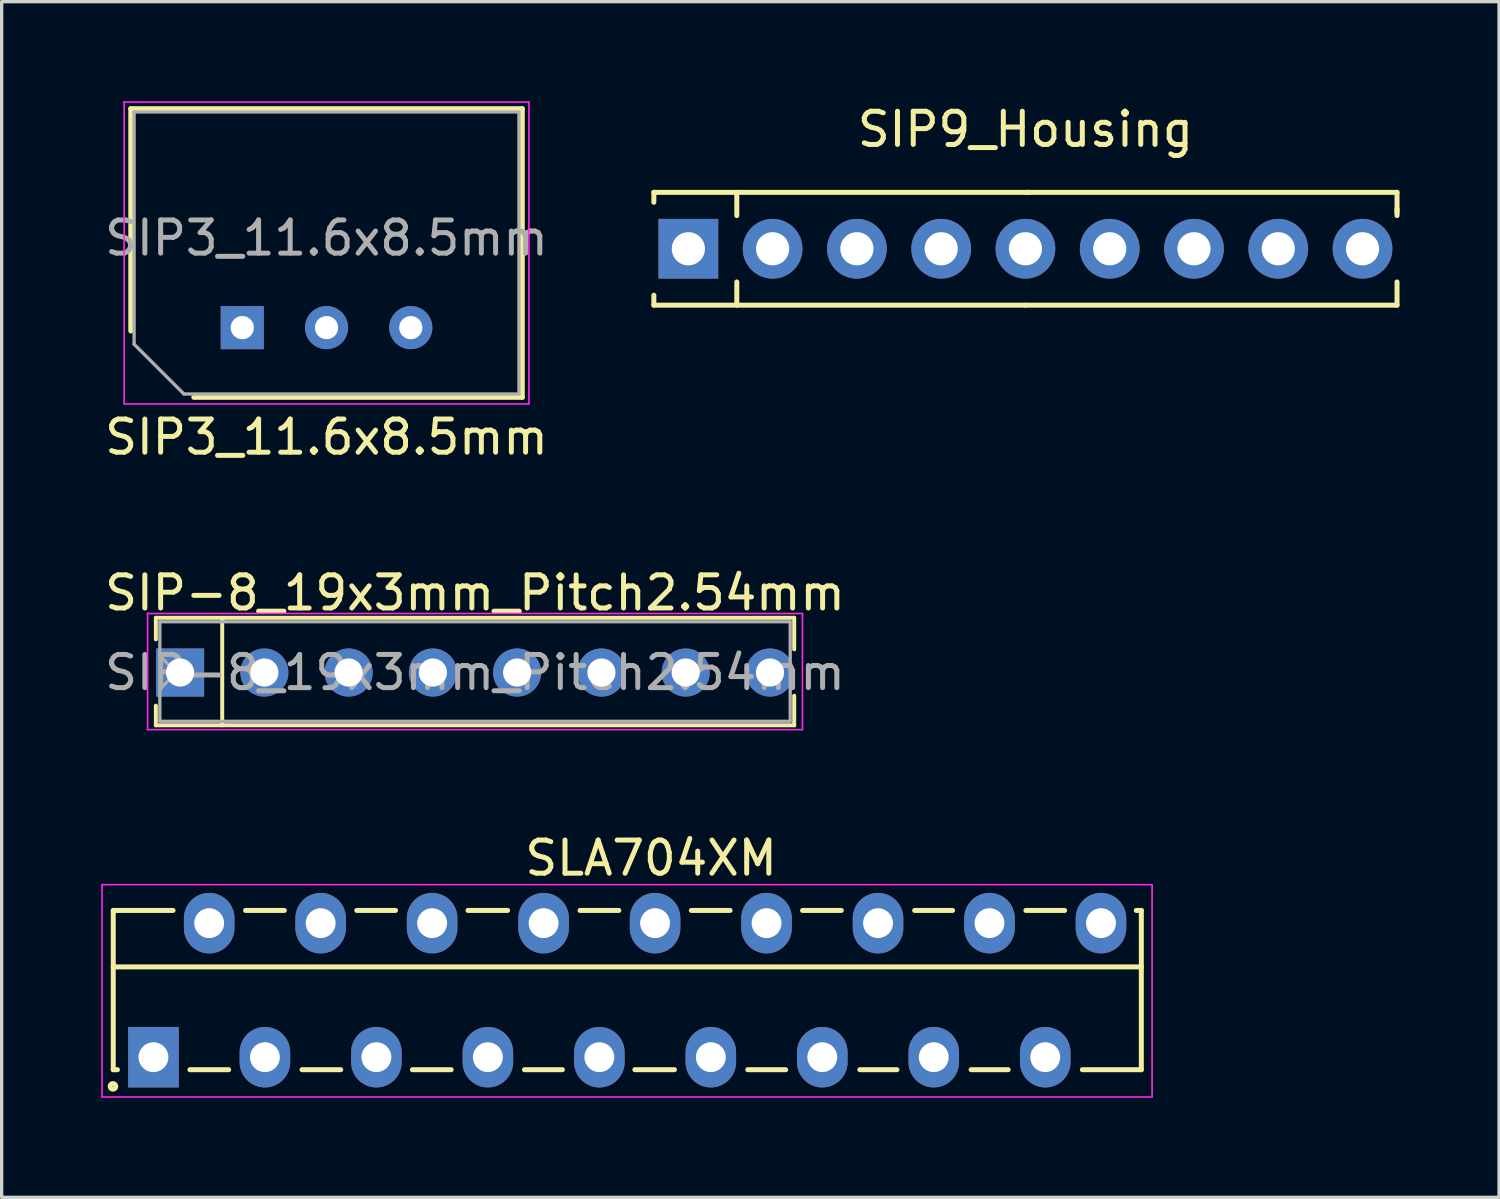
<source format=kicad_pcb>
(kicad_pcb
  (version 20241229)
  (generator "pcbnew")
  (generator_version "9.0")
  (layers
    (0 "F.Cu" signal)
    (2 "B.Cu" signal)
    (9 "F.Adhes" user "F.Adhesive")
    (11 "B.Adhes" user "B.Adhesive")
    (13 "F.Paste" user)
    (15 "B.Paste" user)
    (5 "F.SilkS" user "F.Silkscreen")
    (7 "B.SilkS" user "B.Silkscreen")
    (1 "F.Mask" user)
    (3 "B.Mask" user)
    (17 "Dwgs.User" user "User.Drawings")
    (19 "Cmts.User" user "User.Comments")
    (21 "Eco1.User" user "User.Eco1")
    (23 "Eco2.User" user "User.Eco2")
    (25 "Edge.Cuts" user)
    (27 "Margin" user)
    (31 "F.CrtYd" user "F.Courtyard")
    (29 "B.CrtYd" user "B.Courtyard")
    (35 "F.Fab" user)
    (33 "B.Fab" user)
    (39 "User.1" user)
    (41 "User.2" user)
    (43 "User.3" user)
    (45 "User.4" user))
  (footprint "SIP3_11.6x8.5mm"
    (layer "F.Cu")
    (at 4.252 6.825)
    (property "Reference" "SIP3_11.6x8.5mm" (at 2.54 3.3 180) (layer "F.SilkS") (effects (font (size 1 1) (thickness 0.15))))
    (attr through_hole)
    (fp_line (start -3.36 -6.6) (end 8.44 -6.6) (stroke (width 0.15) (type solid)) (layer "F.SilkS"))
    (fp_line (start -3.36 0.1) (end -3.36 -6.6) (stroke (width 0.15) (type solid)) (layer "F.SilkS"))
    (fp_line (start -1.46 2.1) (end 8.44 2.1) (stroke (width 0.15) (type solid)) (layer "F.SilkS"))
    (fp_line (start 8.44 -6.6) (end 8.44 2.1) (stroke (width 0.15) (type solid)) (layer "F.SilkS"))
    (fp_line (start -3.56 2.3) (end -3.56 -6.8) (stroke (width 0.05) (type solid)) (layer "F.CrtYd"))
    (fp_line (start 8.64 -6.8) (end -3.56 -6.8) (stroke (width 0.05) (type solid)) (layer "F.CrtYd"))
    (fp_line (start 8.64 2.3) (end -3.56 2.3) (stroke (width 0.05) (type solid)) (layer "F.CrtYd"))
    (fp_line (start 8.64 2.3) (end 8.64 -6.8) (stroke (width 0.05) (type solid)) (layer "F.CrtYd"))
    (fp_line (start -3.26 -6.5) (end -3.26 0.5) (stroke (width 0.1) (type solid)) (layer "F.Fab"))
    (fp_line (start -3.26 0.5) (end -1.76 2) (stroke (width 0.1) (type solid)) (layer "F.Fab"))
    (fp_line (start 8.34 -6.5) (end -3.26 -6.5) (stroke (width 0.1) (type solid)) (layer "F.Fab"))
    (fp_line (start 8.34 2) (end -1.76 2) (stroke (width 0.1) (type solid)) (layer "F.Fab"))
    (fp_line (start 8.34 2) (end 8.34 -6.5) (stroke (width 0.1) (type solid)) (layer "F.Fab"))
    (fp_text user "${REFERENCE}" (at 2.54 -2.7 180) (layer "F.Fab") (effects (font (size 1 1) (thickness 0.15))))
    (pad "1" thru_hole rect (at 0 0 270) (size 1.3 1.3) (drill 0.7) (layers "*.Cu" "*.Mask"))
    (pad "2" thru_hole circle (at 2.54 0 180) (size 1.3 1.3) (drill 0.7) (layers "*.Cu" "*.Mask"))
    (pad "3" thru_hole circle (at 5.08 0 270) (size 1.3 1.3) (drill 0.7) (layers "*.Cu" "*.Mask")))
  (footprint "SIP9_Housing"
    (layer "F.Cu")
    (at 27.858 4.448)
    (property "Reference" "SIP9_Housing" (at 0 -3.6 0) (layer "F.SilkS") (effects (font (size 1 1) (thickness 0.15))))
    (attr through_hole)
    (fp_line (start -11.2 -1.7) (end -11.2 -1.4) (stroke (width 0.15) (type solid)) (layer "F.SilkS"))
    (fp_line (start -11.2 1.7) (end -11.2 1.4) (stroke (width 0.15) (type solid)) (layer "F.SilkS"))
    (fp_line (start -8.7 -1.7) (end -8.7 -1) (stroke (width 0.15) (type solid)) (layer "F.SilkS"))
    (fp_line (start -8.7 1.7) (end -8.7 1) (stroke (width 0.15) (type solid)) (layer "F.SilkS"))
    (fp_line (start 0 -1.7) (end 11.2 -1.7) (stroke (width 0.15) (type solid)) (layer "F.SilkS"))
    (fp_line (start 0 1.7) (end -11.2 1.7) (stroke (width 0.15) (type solid)) (layer "F.SilkS"))
    (fp_line (start 0 1.7) (end 11.2 1.7) (stroke (width 0.15) (type solid)) (layer "F.SilkS"))
    (fp_line (start 0.1 -1.7) (end -11.2 -1.7) (stroke (width 0.15) (type solid)) (layer "F.SilkS"))
    (fp_line (start 11.2 -1.7) (end 11.2 -1.1) (stroke (width 0.15) (type solid)) (layer "F.SilkS"))
    (fp_line (start 11.2 -1.2) (end 11.2 -1) (stroke (width 0.15) (type solid)) (layer "F.SilkS"))
    (fp_line (start 11.2 1.7) (end 11.2 1) (stroke (width 0.15) (type solid)) (layer "F.SilkS"))
    (pad "1" thru_hole rect (at -10.16 0 90) (size 1.8 1.8) (drill 1) (layers "*.Cu" "*.Mask"))
    (pad "2" thru_hole circle (at -7.62 0 90) (size 1.8 1.8) (drill 1) (layers "*.Cu" "*.Mask"))
    (pad "3" thru_hole circle (at -5.08 0 90) (size 1.8 1.8) (drill 1) (layers "*.Cu" "*.Mask"))
    (pad "4" thru_hole circle (at -2.54 0 90) (size 1.8 1.8) (drill 1) (layers "*.Cu" "*.Mask"))
    (pad "5" thru_hole circle (at 0 0 90) (size 1.8 1.8) (drill 1) (layers "*.Cu" "*.Mask"))
    (pad "6" thru_hole circle (at 2.54 0 90) (size 1.8 1.8) (drill 1) (layers "*.Cu" "*.Mask"))
    (pad "7" thru_hole circle (at 5.08 0 90) (size 1.8 1.8) (drill 1) (layers "*.Cu" "*.Mask"))
    (pad "8" thru_hole circle (at 7.62 0 90) (size 1.8 1.8) (drill 1) (layers "*.Cu" "*.Mask"))
    (pad "9" thru_hole circle (at 10.16 0 90) (size 1.8 1.8) (drill 1) (layers "*.Cu" "*.Mask")))
  (footprint "SIP-8_19x3mm_Pitch2.54mm"
    (layer "F.Cu")
    (at 2.378 17.221)
    (property "Reference" "SIP-8_19x3mm_Pitch2.54mm" (at 8.89 -2.4 0) (layer "F.SilkS") (effects (font (size 1 1) (thickness 0.15))))
    (attr through_hole)
    (fp_line (start -0.73 -1.65) (end -0.73 -1) (stroke (width 0.12) (type solid)) (layer "F.SilkS"))
    (fp_line (start -0.73 1.59) (end -0.73 1) (stroke (width 0.12) (type solid)) (layer "F.SilkS"))
    (fp_line (start 1.27 1.59) (end 1.27 -1.65) (stroke (width 0.12) (type solid)) (layer "F.SilkS"))
    (fp_line (start 18.51 -1.65) (end -0.73 -1.65) (stroke (width 0.12) (type solid)) (layer "F.SilkS"))
    (fp_line (start 18.51 -1.65) (end 18.51 -0.7) (stroke (width 0.12) (type solid)) (layer "F.SilkS"))
    (fp_line (start 18.51 1.59) (end -0.73 1.59) (stroke (width 0.12) (type solid)) (layer "F.SilkS"))
    (fp_line (start 18.51 1.59) (end 18.51 0.7) (stroke (width 0.12) (type solid)) (layer "F.SilkS"))
    (fp_line (start -0.98 -1.78) (end 18.76 -1.78) (stroke (width 0.05) (type solid)) (layer "F.CrtYd"))
    (fp_line (start -0.98 1.72) (end -0.98 -1.78) (stroke (width 0.05) (type solid)) (layer "F.CrtYd"))
    (fp_line (start 18.76 -1.78) (end 18.76 1.72) (stroke (width 0.05) (type solid)) (layer "F.CrtYd"))
    (fp_line (start 18.76 1.72) (end -0.98 1.72) (stroke (width 0.05) (type solid)) (layer "F.CrtYd"))
    (fp_line (start -0.61 -1.53) (end -0.61 -0.5) (stroke (width 0.1) (type solid)) (layer "F.Fab"))
    (fp_line (start -0.61 -0.5) (end -0.11 0) (stroke (width 0.1) (type solid)) (layer "F.Fab"))
    (fp_line (start -0.61 0.5) (end -0.61 1.47) (stroke (width 0.1) (type solid)) (layer "F.Fab"))
    (fp_line (start -0.11 0) (end -0.61 0.5) (stroke (width 0.1) (type solid)) (layer "F.Fab"))
    (fp_line (start 18.39 -1.53) (end -0.61 -1.53) (stroke (width 0.1) (type solid)) (layer "F.Fab"))
    (fp_line (start 18.39 -1.53) (end 18.39 1.47) (stroke (width 0.1) (type solid)) (layer "F.Fab"))
    (fp_line (start 18.39 1.47) (end -0.61 1.47) (stroke (width 0.1) (type solid)) (layer "F.Fab"))
    (fp_text user "${REFERENCE}" (at 8.89 0 0) (layer "F.Fab") (effects (font (size 1 1) (thickness 0.15))))
    (pad "1" thru_hole rect (at 0 0 90) (size 1.45 1.45) (drill 0.85) (layers "*.Cu" "*.Mask"))
    (pad "2" thru_hole circle (at 2.54 0 90) (size 1.45 1.45) (drill 0.85) (layers "*.Cu" "*.Mask"))
    (pad "3" thru_hole circle (at 5.08 0 90) (size 1.45 1.45) (drill 0.85) (layers "*.Cu" "*.Mask"))
    (pad "4" thru_hole circle (at 7.62 0 90) (size 1.45 1.45) (drill 0.85) (layers "*.Cu" "*.Mask"))
    (pad "5" thru_hole circle (at 10.16 0 90) (size 1.45 1.45) (drill 0.85) (layers "*.Cu" "*.Mask"))
    (pad "6" thru_hole circle (at 12.7 0 90) (size 1.45 1.45) (drill 0.85) (layers "*.Cu" "*.Mask"))
    (pad "7" thru_hole circle (at 15.24 0 90) (size 1.45 1.45) (drill 0.85) (layers "*.Cu" "*.Mask"))
    (pad "8" thru_hole circle (at 17.78 0 90) (size 1.45 1.45) (drill 0.85) (layers "*.Cu" "*.Mask")))
  (footprint "SLA704XM"
    (layer "F.Cu")
    (at 1.575 28.815)
    (property "Reference" "SLA704XM" (at 15 -6 0) (layer "F.SilkS") (effects (font (size 1 1) (thickness 0.15))))
    (attr through_hole)
    (fp_line (start -1.212 -4.423) (end 0.591 -4.423) (stroke (width 0.15) (type solid)) (layer "F.SilkS"))
    (fp_line (start -1.212 -2.721) (end 29.776 -2.721) (stroke (width 0.15) (type solid)) (layer "F.SilkS"))
    (fp_line (start -1.212 0.377) (end -1.212 -4.423) (stroke (width 0.15) (type solid)) (layer "F.SilkS"))
    (fp_line (start -1.212 0.377) (end -1.085 0.377) (stroke (width 0.15) (type solid)) (layer "F.SilkS"))
    (fp_line (start 1.099 0.377) (end 2.268 0.377) (stroke (width 0.15) (type solid)) (layer "F.SilkS"))
    (fp_line (start 2.776 -4.423) (end 3.944 -4.423) (stroke (width 0.15) (type solid)) (layer "F.SilkS"))
    (fp_line (start 4.477 0.377) (end 5.646 0.377) (stroke (width 0.15) (type solid)) (layer "F.SilkS"))
    (fp_line (start 6.128 -4.423) (end 7.297 -4.423) (stroke (width 0.15) (type solid)) (layer "F.SilkS"))
    (fp_line (start 7.805 0.377) (end 8.973 0.377) (stroke (width 0.15) (type solid)) (layer "F.SilkS"))
    (fp_line (start 9.481 -4.423) (end 10.675 -4.423) (stroke (width 0.15) (type solid)) (layer "F.SilkS"))
    (fp_line (start 11.183 0.377) (end 12.326 0.377) (stroke (width 0.15) (type solid)) (layer "F.SilkS"))
    (fp_line (start 12.859 -4.423) (end 14.028 -4.423) (stroke (width 0.15) (type solid)) (layer "F.SilkS"))
    (fp_line (start 14.51 0.377) (end 15.704 0.377) (stroke (width 0.15) (type solid)) (layer "F.SilkS"))
    (fp_line (start 16.212 -4.423) (end 17.381 -4.423) (stroke (width 0.15) (type solid)) (layer "F.SilkS"))
    (fp_line (start 17.914 0.377) (end 19.057 0.377) (stroke (width 0.15) (type solid)) (layer "F.SilkS"))
    (fp_line (start 19.565 -4.423) (end 20.733 -4.423) (stroke (width 0.15) (type solid)) (layer "F.SilkS"))
    (fp_line (start 21.292 0.377) (end 22.41 0.377) (stroke (width 0.15) (type solid)) (layer "F.SilkS"))
    (fp_line (start 22.943 -4.423) (end 24.086 -4.423) (stroke (width 0.15) (type solid)) (layer "F.SilkS"))
    (fp_line (start 24.645 0.377) (end 25.763 0.377) (stroke (width 0.15) (type solid)) (layer "F.SilkS"))
    (fp_line (start 26.296 -4.423) (end 27.464 -4.423) (stroke (width 0.15) (type solid)) (layer "F.SilkS"))
    (fp_line (start 29.623 -4.423) (end 29.776 -4.423) (stroke (width 0.15) (type solid)) (layer "F.SilkS"))
    (fp_line (start 29.776 -4.423) (end 29.776 0.377) (stroke (width 0.15) (type solid)) (layer "F.SilkS"))
    (fp_line (start 29.776 0.377) (end 27.998 0.377) (stroke (width 0.15) (type solid)) (layer "F.SilkS"))
    (fp_circle (center -1.22 0.88) (end -1.22 0.87) (stroke (width 0.15) (type solid)) (fill no) (layer "F.SilkS"))
    (fp_line (start -1.55 -5.2) (end 30.1 -5.2) (stroke (width 0.05) (type solid)) (layer "F.CrtYd"))
    (fp_line (start -1.55 1.2) (end -1.55 -5.2) (stroke (width 0.05) (type solid)) (layer "F.CrtYd"))
    (fp_line (start 30.1 -5.2) (end 30.1 1.2) (stroke (width 0.05) (type solid)) (layer "F.CrtYd"))
    (fp_line (start 30.1 1.2) (end -1.55 1.2) (stroke (width 0.05) (type solid)) (layer "F.CrtYd"))
    (pad "1" thru_hole rect (at 0 0) (size 1.524 1.824) (drill 0.9) (layers "*.Cu" "*.Mask"))
    (pad "2" thru_hole oval (at 1.68 -4.04) (size 1.524 1.824) (drill 0.9) (layers "*.Cu" "*.Mask"))
    (pad "3" thru_hole oval (at 3.36 0) (size 1.524 1.824) (drill 0.9) (layers "*.Cu" "*.Mask"))
    (pad "4" thru_hole oval (at 5.04 -4.04) (size 1.524 1.824) (drill 0.9) (layers "*.Cu" "*.Mask"))
    (pad "5" thru_hole oval (at 6.72 0) (size 1.524 1.824) (drill 0.9) (layers "*.Cu" "*.Mask"))
    (pad "6" thru_hole oval (at 8.4 -4.04) (size 1.524 1.824) (drill 0.9) (layers "*.Cu" "*.Mask"))
    (pad "7" thru_hole oval (at 10.08 0) (size 1.524 1.824) (drill 0.9) (layers "*.Cu" "*.Mask"))
    (pad "8" thru_hole oval (at 11.76 -4.04) (size 1.524 1.824) (drill 0.9) (layers "*.Cu" "*.Mask"))
    (pad "9" thru_hole oval (at 13.44 0) (size 1.524 1.824) (drill 0.9) (layers "*.Cu" "*.Mask"))
    (pad "10" thru_hole oval (at 15.12 -4.04) (size 1.524 1.824) (drill 0.9) (layers "*.Cu" "*.Mask"))
    (pad "11" thru_hole oval (at 16.8 0) (size 1.524 1.824) (drill 0.9) (layers "*.Cu" "*.Mask"))
    (pad "12" thru_hole oval (at 18.48 -4.04) (size 1.524 1.824) (drill 0.9) (layers "*.Cu" "*.Mask"))
    (pad "13" thru_hole oval (at 20.16 0) (size 1.524 1.824) (drill 0.9) (layers "*.Cu" "*.Mask"))
    (pad "14" thru_hole oval (at 21.84 -4.04) (size 1.524 1.824) (drill 0.9) (layers "*.Cu" "*.Mask"))
    (pad "15" thru_hole oval (at 23.52 0) (size 1.524 1.824) (drill 0.9) (layers "*.Cu" "*.Mask"))
    (pad "16" thru_hole oval (at 25.2 -4.04) (size 1.524 1.824) (drill 0.9) (layers "*.Cu" "*.Mask"))
    (pad "17" thru_hole oval (at 26.88 0) (size 1.524 1.824) (drill 0.9) (layers "*.Cu" "*.Mask"))
    (pad "18" thru_hole oval (at 28.56 -4.04) (size 1.524 1.824) (drill 0.9) (layers "*.Cu" "*.Mask")))
  (gr_rect
    (start -3 -3)
    (end 42.133 33.04)
    (stroke (width 0.1) (type default))
    (fill no)
    (layer "Edge.Cuts")))
</source>
